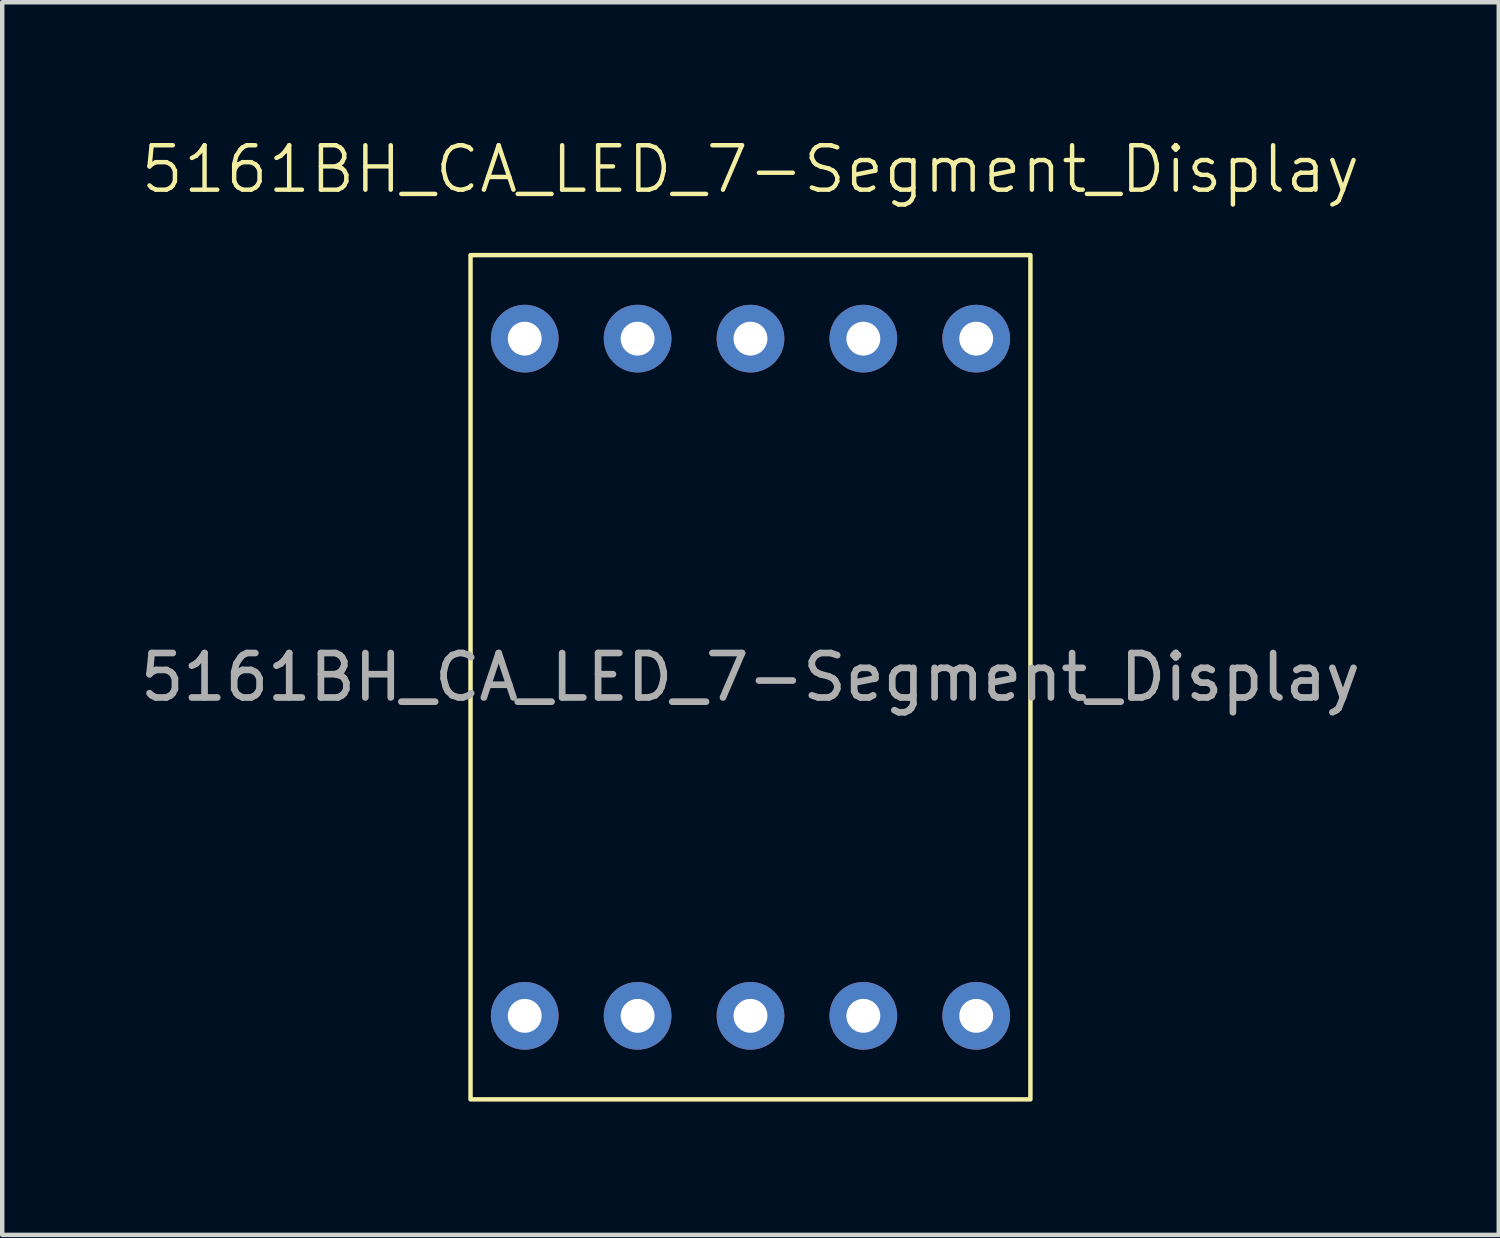
<source format=kicad_pcb>
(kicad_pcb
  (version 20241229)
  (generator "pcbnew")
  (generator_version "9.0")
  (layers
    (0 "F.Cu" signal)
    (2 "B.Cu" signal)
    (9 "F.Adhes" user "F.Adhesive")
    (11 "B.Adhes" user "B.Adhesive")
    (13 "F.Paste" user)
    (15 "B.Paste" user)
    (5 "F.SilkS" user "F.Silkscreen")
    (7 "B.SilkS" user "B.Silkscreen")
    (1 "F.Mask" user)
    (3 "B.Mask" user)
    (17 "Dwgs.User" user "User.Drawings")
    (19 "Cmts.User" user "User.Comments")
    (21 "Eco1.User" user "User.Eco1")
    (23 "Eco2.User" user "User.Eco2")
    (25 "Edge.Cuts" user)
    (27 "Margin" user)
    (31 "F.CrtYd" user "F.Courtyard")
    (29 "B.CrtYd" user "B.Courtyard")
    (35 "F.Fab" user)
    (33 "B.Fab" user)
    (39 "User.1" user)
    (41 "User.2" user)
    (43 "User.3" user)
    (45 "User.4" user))
  (footprint "5161BH_CA_LED_7-Segment_Display"
    (layer "F.Cu")
    (at 13.839 12.191)
    (property "Reference" "5161BH_CA_LED_7-Segment_Display" (at 0 -11.43 0) (unlocked yes) (layer "F.SilkS") (effects (font (size 1 1) (thickness 0.1))))
    (attr through_hole)
    (fp_rect (start -6.3 -9.5) (end 6.3 9.5) (stroke (width 0.1) (type default)) (fill no) (layer "F.SilkS"))
    (fp_text user "${REFERENCE}" (at 0 0 0) (unlocked yes) (layer "F.Fab") (effects (font (size 1 1) (thickness 0.15))))
    (pad "1" thru_hole circle (at -5.08 7.62) (size 1.524 1.524) (drill 0.762) (layers "*.Cu" "*.Mask"))
    (pad "2" thru_hole circle (at -2.54 7.62) (size 1.524 1.524) (drill 0.762) (layers "*.Cu" "*.Mask"))
    (pad "3" thru_hole circle (at 0 7.62) (size 1.524 1.524) (drill 0.762) (layers "*.Cu" "*.Mask"))
    (pad "4" thru_hole circle (at 2.54 7.62) (size 1.524 1.524) (drill 0.762) (layers "*.Cu" "*.Mask"))
    (pad "5" thru_hole circle (at 5.08 7.62) (size 1.524 1.524) (drill 0.762) (layers "*.Cu" "*.Mask"))
    (pad "6" thru_hole circle (at 5.08 -7.62) (size 1.524 1.524) (drill 0.762) (layers "*.Cu" "*.Mask"))
    (pad "7" thru_hole circle (at 2.54 -7.62) (size 1.524 1.524) (drill 0.762) (layers "*.Cu" "*.Mask"))
    (pad "8" thru_hole circle (at 0 -7.62) (size 1.524 1.524) (drill 0.762) (layers "*.Cu" "*.Mask"))
    (pad "9" thru_hole circle (at -2.54 -7.62) (size 1.524 1.524) (drill 0.762) (layers "*.Cu" "*.Mask"))
    (pad "10" thru_hole circle (at -5.08 -7.62) (size 1.524 1.524) (drill 0.762) (layers "*.Cu" "*.Mask")))
  (gr_rect
    (start -3 -3)
    (end 30.679 24.741)
    (stroke (width 0.1) (type default))
    (fill no)
    (layer "Edge.Cuts")))
</source>
